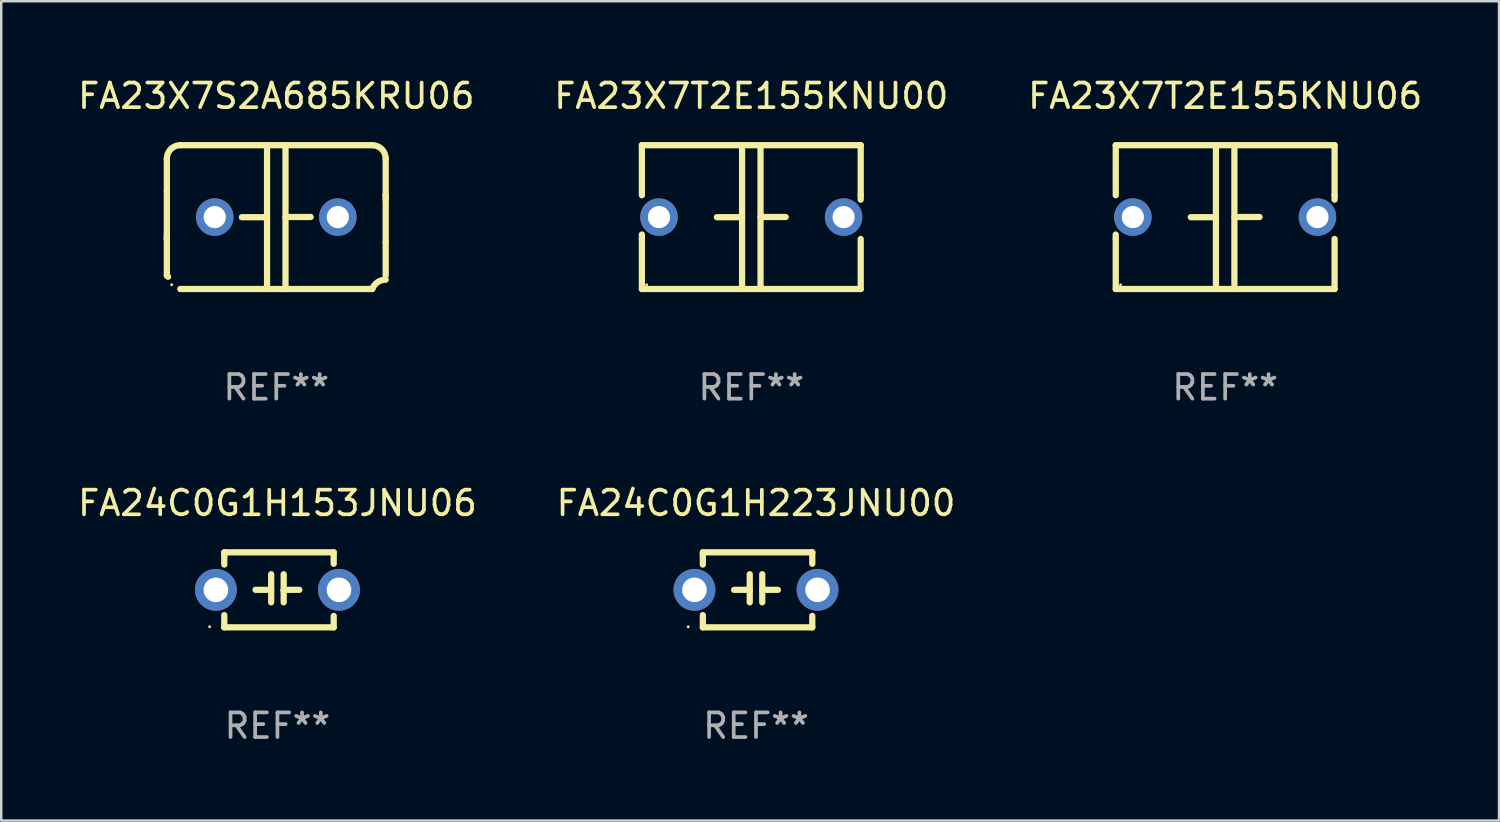
<source format=kicad_pcb>
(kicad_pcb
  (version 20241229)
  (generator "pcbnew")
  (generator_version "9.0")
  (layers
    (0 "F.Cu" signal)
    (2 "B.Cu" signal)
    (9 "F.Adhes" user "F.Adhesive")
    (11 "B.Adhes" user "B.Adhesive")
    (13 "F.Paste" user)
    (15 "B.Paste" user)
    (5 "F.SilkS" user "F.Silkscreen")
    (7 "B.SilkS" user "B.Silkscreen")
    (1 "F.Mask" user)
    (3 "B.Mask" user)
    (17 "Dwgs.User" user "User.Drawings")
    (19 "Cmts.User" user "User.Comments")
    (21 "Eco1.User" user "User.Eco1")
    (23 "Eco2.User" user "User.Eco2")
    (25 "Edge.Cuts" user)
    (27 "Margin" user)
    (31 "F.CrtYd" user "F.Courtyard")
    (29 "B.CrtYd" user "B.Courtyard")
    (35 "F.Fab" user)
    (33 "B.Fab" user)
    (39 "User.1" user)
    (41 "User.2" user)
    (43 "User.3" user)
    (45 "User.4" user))
  (footprint "FA23X7T2E155KNU00"
    (layer "F.Cu")
    (at 27.47 5.769)
    (property "Reference" "FA23X7T2E155KNU00" (at 0 -4.921 0) (layer "F.SilkS") (effects (font (size 1 1) (thickness 0.15))))
    (attr through_hole)
    (fp_line (start -4.445 -2.921) (end 4.445 -2.921) (stroke (width 0.254) (type solid)) (layer "F.SilkS"))
    (fp_line (start -4.445 -0.889) (end -4.445 -2.921) (stroke (width 0.254) (type solid)) (layer "F.SilkS"))
    (fp_line (start -4.445 0.889) (end -4.445 0.708) (stroke (width 0.254) (type solid)) (layer "F.SilkS"))
    (fp_line (start -4.445 2.921) (end -4.445 0.889) (stroke (width 0.254) (type solid)) (layer "F.SilkS"))
    (fp_line (start -0.375 0.004) (end -1.397 0.004) (stroke (width 0.254) (type solid)) (layer "F.SilkS"))
    (fp_line (start -0.375 2.921) (end -0.375 -2.921) (stroke (width 0.254) (type solid)) (layer "F.SilkS"))
    (fp_line (start 0.375 -2.921) (end 0.375 2.921) (stroke (width 0.254) (type solid)) (layer "F.SilkS"))
    (fp_line (start 0.375 -0.004) (end 1.397 -0.004) (stroke (width 0.254) (type solid)) (layer "F.SilkS"))
    (fp_line (start 4.445 -2.921) (end 4.445 -0.889) (stroke (width 0.254) (type solid)) (layer "F.SilkS"))
    (fp_line (start 4.445 -0.889) (end 4.445 -0.708) (stroke (width 0.254) (type solid)) (layer "F.SilkS"))
    (fp_line (start 4.445 0.889) (end 4.445 2.921) (stroke (width 0.254) (type solid)) (layer "F.SilkS"))
    (fp_line (start 4.445 2.921) (end -4.445 2.921) (stroke (width 0.254) (type solid)) (layer "F.SilkS"))
    (fp_circle (center -4.25 2.75) (end -4.22 2.75) (stroke (width 0.06) (type solid)) (fill no) (layer "F.SilkS"))
    (fp_text user "REF**" (at 0 6.921 0) (layer "F.Fab") (effects (font (size 1 1) (thickness 0.15))))
    (pad "1" thru_hole circle (at -3.75 0) (size 1.524 1.524) (drill 0.9) (layers "*.Cu" "*.Mask"))
    (pad "2" thru_hole circle (at 3.75 0) (size 1.524 1.524) (drill 0.9) (layers "*.Cu" "*.Mask")))
  (footprint "FA24C0G1H153JNU06"
    (layer "F.Cu")
    (at 8.22 20.911)
    (property "Reference" "FA24C0G1H153JNU06" (at 0 -3.524 0) (layer "F.SilkS") (effects (font (size 1 1) (thickness 0.15))))
    (attr through_hole)
    (fp_line (start -2.159 -1.524) (end 2.286 -1.524) (stroke (width 0.254) (type solid)) (layer "F.SilkS"))
    (fp_line (start -2.159 -1.397) (end -2.159 -1.524) (stroke (width 0.254) (type solid)) (layer "F.SilkS"))
    (fp_line (start -2.159 -1.026) (end -2.159 -1.397) (stroke (width 0.254) (type solid)) (layer "F.SilkS"))
    (fp_line (start -2.159 1.524) (end -2.159 1.026) (stroke (width 0.254) (type solid)) (layer "F.SilkS"))
    (fp_line (start -0.889 0) (end -0.254 0) (stroke (width 0.254) (type solid)) (layer "F.SilkS"))
    (fp_line (start -0.254 0.508) (end -0.254 -0.635) (stroke (width 0.254) (type solid)) (layer "F.SilkS"))
    (fp_line (start 0.254 -0.635) (end 0.254 0.508) (stroke (width 0.254) (type solid)) (layer "F.SilkS"))
    (fp_line (start 0.254 0.04) (end 0.254 0.02) (stroke (width 0.254) (type solid)) (layer "F.SilkS"))
    (fp_line (start 0.889 0) (end 0.254 0) (stroke (width 0.254) (type solid)) (layer "F.SilkS"))
    (fp_line (start 2.286 -1.524) (end 2.286 -1.06) (stroke (width 0.254) (type solid)) (layer "F.SilkS"))
    (fp_line (start 2.286 1.06) (end 2.286 1.524) (stroke (width 0.254) (type solid)) (layer "F.SilkS"))
    (fp_line (start 2.286 1.524) (end -2.159 1.524) (stroke (width 0.254) (type solid)) (layer "F.SilkS"))
    (fp_circle (center -2.754 1.5) (end -2.724 1.5) (stroke (width 0.06) (type solid)) (fill no) (layer "F.SilkS"))
    (fp_text user "REF**" (at 0 5.524 0) (layer "F.Fab") (effects (font (size 1 1) (thickness 0.15))))
    (pad "1" thru_hole circle (at -2.5 0) (size 1.7 1.7) (drill 1) (layers "*.Cu" "*.Mask"))
    (pad "2" thru_hole circle (at 2.5 0) (size 1.7 1.7) (drill 1) (layers "*.Cu" "*.Mask")))
  (footprint "FA23X7T2E155KNU06"
    (layer "F.Cu")
    (at 46.72 5.769)
    (property "Reference" "FA23X7T2E155KNU06" (at 0 -4.921 0) (layer "F.SilkS") (effects (font (size 1 1) (thickness 0.15))))
    (attr through_hole)
    (fp_line (start -4.445 -2.921) (end 4.445 -2.921) (stroke (width 0.254) (type solid)) (layer "F.SilkS"))
    (fp_line (start -4.445 -0.889) (end -4.445 -2.921) (stroke (width 0.254) (type solid)) (layer "F.SilkS"))
    (fp_line (start -4.445 0.889) (end -4.445 0.708) (stroke (width 0.254) (type solid)) (layer "F.SilkS"))
    (fp_line (start -4.445 2.921) (end -4.445 0.889) (stroke (width 0.254) (type solid)) (layer "F.SilkS"))
    (fp_line (start -0.375 0.004) (end -1.397 0.004) (stroke (width 0.254) (type solid)) (layer "F.SilkS"))
    (fp_line (start -0.375 2.921) (end -0.375 -2.921) (stroke (width 0.254) (type solid)) (layer "F.SilkS"))
    (fp_line (start 0.375 -2.921) (end 0.375 2.921) (stroke (width 0.254) (type solid)) (layer "F.SilkS"))
    (fp_line (start 0.375 -0.004) (end 1.397 -0.004) (stroke (width 0.254) (type solid)) (layer "F.SilkS"))
    (fp_line (start 4.445 -2.921) (end 4.445 -0.889) (stroke (width 0.254) (type solid)) (layer "F.SilkS"))
    (fp_line (start 4.445 -0.889) (end 4.445 -0.708) (stroke (width 0.254) (type solid)) (layer "F.SilkS"))
    (fp_line (start 4.445 0.889) (end 4.445 2.921) (stroke (width 0.254) (type solid)) (layer "F.SilkS"))
    (fp_line (start 4.445 2.921) (end -4.445 2.921) (stroke (width 0.254) (type solid)) (layer "F.SilkS"))
    (fp_circle (center -4.25 2.75) (end -4.22 2.75) (stroke (width 0.06) (type solid)) (fill no) (layer "F.SilkS"))
    (fp_text user "REF**" (at 0 6.921 0) (layer "F.Fab") (effects (font (size 1 1) (thickness 0.15))))
    (pad "1" thru_hole circle (at -3.75 0) (size 1.524 1.524) (drill 0.9) (layers "*.Cu" "*.Mask"))
    (pad "2" thru_hole circle (at 3.75 0) (size 1.524 1.524) (drill 0.9) (layers "*.Cu" "*.Mask")))
  (footprint "FA23X7S2A685KRU06"
    (layer "F.Cu")
    (at 8.173 5.769)
    (property "Reference" "FA23X7S2A685KRU06" (at 0 -4.921 0) (layer "F.SilkS") (effects (font (size 1 1) (thickness 0.15))))
    (attr through_hole)
    (fp_line (start -4.445 2.375) (end -4.445 0.889) (stroke (width 0.254) (type solid)) (layer "F.SilkS"))
    (fp_line (start -4.445 -2.375) (end -4.445 -2.375) (stroke (width 0.254) (type solid)) (layer "F.SilkS"))
    (fp_line (start -4.445 -1.045) (end -4.445 -2.375) (stroke (width 0.254) (type solid)) (layer "F.SilkS"))
    (fp_line (start -4.445 -1.045) (end -4.445 0.889) (stroke (width 0.254) (type solid)) (layer "F.SilkS"))
    (fp_line (start -4.445 0.889) (end -4.445 0.708) (stroke (width 0.254) (type solid)) (layer "F.SilkS"))
    (fp_line (start -3.899 -2.921) (end 3.899 -2.921) (stroke (width 0.254) (type solid)) (layer "F.SilkS"))
    (fp_line (start -0.375 0.004) (end -1.397 0.004) (stroke (width 0.254) (type solid)) (layer "F.SilkS"))
    (fp_line (start -0.375 2.921) (end -0.375 -2.921) (stroke (width 0.254) (type solid)) (layer "F.SilkS"))
    (fp_line (start 0.375 -2.921) (end 0.375 2.921) (stroke (width 0.254) (type solid)) (layer "F.SilkS"))
    (fp_line (start 0.375 -0.004) (end 1.397 -0.004) (stroke (width 0.254) (type solid)) (layer "F.SilkS"))
    (fp_line (start 3.899 2.921) (end -3.899 2.921) (stroke (width 0.254) (type solid)) (layer "F.SilkS"))
    (fp_line (start 4.445 -0.889) (end 4.445 -0.708) (stroke (width 0.254) (type solid)) (layer "F.SilkS"))
    (fp_line (start 4.445 -0.889) (end 4.445 1.02) (stroke (width 0.254) (type solid)) (layer "F.SilkS"))
    (fp_line (start 4.445 1.02) (end 4.445 2.375) (stroke (width 0.254) (type solid)) (layer "F.SilkS"))
    (fp_line (start 4.445 -2.375) (end 4.445 -0.889) (stroke (width 0.254) (type solid)) (layer "F.SilkS"))
    (fp_arc (start -4.445034 -2.374778) (mid -4.285049 -2.761028) (end -3.898806 -2.921031) (stroke (width 0.254001) (type solid)) (layer "F.SilkS"))
    (fp_arc (start -4.445034 2.374803) (mid -4.4201 2.399713) (end -4.395166 2.424624) (stroke (width 0.254001) (type solid)) (layer "F.SilkS"))
    (fp_arc (start 3.898781 -2.921031) (mid 4.285035 -2.76105) (end 4.445034 -2.374803) (stroke (width 0.254001) (type solid)) (layer "F.SilkS"))
    (fp_arc (start 3.898806 2.921031) (mid 4.112864 2.64665) (end 4.445037 2.542888) (stroke (width 0.254001) (type solid)) (layer "F.SilkS"))
    (fp_circle (center -4.25 2.75) (end -4.22 2.75) (stroke (width 0.06) (type solid)) (fill no) (layer "F.SilkS"))
    (fp_text user "REF**" (at 0 6.921 0) (layer "F.Fab") (effects (font (size 1 1) (thickness 0.15))))
    (pad "1" thru_hole circle (at -2.5 0) (size 1.524 1.524) (drill 0.9) (layers "*.Cu" "*.Mask"))
    (pad "2" thru_hole circle (at 2.5 0) (size 1.524 1.524) (drill 0.9) (layers "*.Cu" "*.Mask")))
  (footprint "FA24C0G1H223JNU00"
    (layer "F.Cu")
    (at 27.661 20.911)
    (property "Reference" "FA24C0G1H223JNU00" (at 0 -3.524 0) (layer "F.SilkS") (effects (font (size 1 1) (thickness 0.15))))
    (attr through_hole)
    (fp_line (start -2.159 -1.524) (end 2.286 -1.524) (stroke (width 0.254) (type solid)) (layer "F.SilkS"))
    (fp_line (start -2.159 -1.397) (end -2.159 -1.524) (stroke (width 0.254) (type solid)) (layer "F.SilkS"))
    (fp_line (start -2.159 -1.026) (end -2.159 -1.397) (stroke (width 0.254) (type solid)) (layer "F.SilkS"))
    (fp_line (start -2.159 1.524) (end -2.159 1.026) (stroke (width 0.254) (type solid)) (layer "F.SilkS"))
    (fp_line (start -0.889 0) (end -0.254 0) (stroke (width 0.254) (type solid)) (layer "F.SilkS"))
    (fp_line (start -0.254 0.508) (end -0.254 -0.635) (stroke (width 0.254) (type solid)) (layer "F.SilkS"))
    (fp_line (start 0.254 -0.635) (end 0.254 0.508) (stroke (width 0.254) (type solid)) (layer "F.SilkS"))
    (fp_line (start 0.254 0.04) (end 0.254 0.02) (stroke (width 0.254) (type solid)) (layer "F.SilkS"))
    (fp_line (start 0.889 0) (end 0.254 0) (stroke (width 0.254) (type solid)) (layer "F.SilkS"))
    (fp_line (start 2.286 -1.524) (end 2.286 -1.06) (stroke (width 0.254) (type solid)) (layer "F.SilkS"))
    (fp_line (start 2.286 1.06) (end 2.286 1.524) (stroke (width 0.254) (type solid)) (layer "F.SilkS"))
    (fp_line (start 2.286 1.524) (end -2.159 1.524) (stroke (width 0.254) (type solid)) (layer "F.SilkS"))
    (fp_circle (center -2.754 1.5) (end -2.724 1.5) (stroke (width 0.06) (type solid)) (fill no) (layer "F.SilkS"))
    (fp_text user "REF**" (at 0 5.524 0) (layer "F.Fab") (effects (font (size 1 1) (thickness 0.15))))
    (pad "1" thru_hole circle (at -2.5 0) (size 1.7 1.7) (drill 1) (layers "*.Cu" "*.Mask"))
    (pad "2" thru_hole circle (at 2.5 0) (size 1.7 1.7) (drill 1) (layers "*.Cu" "*.Mask")))
  (gr_rect
    (start -3 -3)
    (end 57.845 30.283)
    (stroke (width 0.1) (type default))
    (fill no)
    (layer "Edge.Cuts")))
</source>
